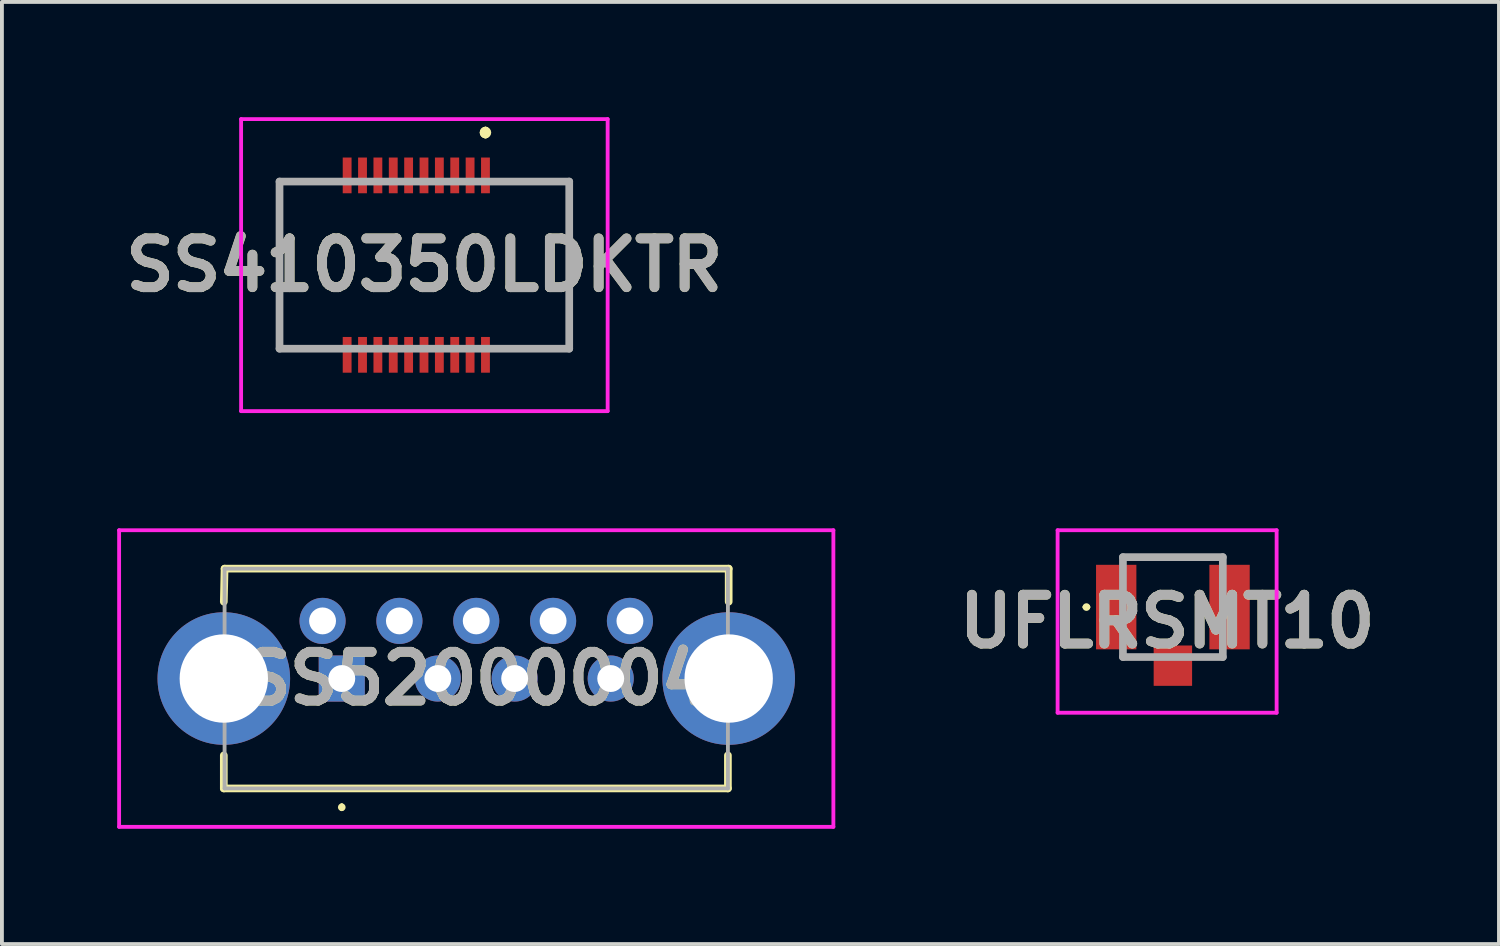
<source format=kicad_pcb>
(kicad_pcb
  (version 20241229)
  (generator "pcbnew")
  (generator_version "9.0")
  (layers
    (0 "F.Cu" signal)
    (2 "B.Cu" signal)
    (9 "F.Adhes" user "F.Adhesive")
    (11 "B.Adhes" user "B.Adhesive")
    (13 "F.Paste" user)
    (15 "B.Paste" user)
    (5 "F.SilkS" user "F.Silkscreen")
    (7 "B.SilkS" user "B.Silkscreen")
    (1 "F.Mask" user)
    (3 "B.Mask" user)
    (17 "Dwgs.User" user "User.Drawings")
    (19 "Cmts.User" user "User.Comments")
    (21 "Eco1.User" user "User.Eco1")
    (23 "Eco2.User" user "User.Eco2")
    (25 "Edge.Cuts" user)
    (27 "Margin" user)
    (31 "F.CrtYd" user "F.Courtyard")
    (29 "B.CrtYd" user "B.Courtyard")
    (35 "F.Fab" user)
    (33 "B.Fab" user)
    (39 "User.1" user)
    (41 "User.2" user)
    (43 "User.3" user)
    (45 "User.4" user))
  (footprint "SS410350LDKTR"
    (layer "F.Cu")
    (at 7.785 3.85)
    (property "Reference" "SS410350LDKTR" (at 0.21 0 0) (layer "F.SilkS") (effects (font (size 1.27 1.27) (thickness 0.254))))
    (attr smd)
    (fp_line (start -3.56 -2.175) (end -3.56 2.175) (stroke (width 0.1) (type solid)) (layer "F.SilkS"))
    (fp_line (start -3.56 2.175) (end -2.2 2.175) (stroke (width 0.1) (type solid)) (layer "F.SilkS"))
    (fp_line (start -2.2 -2.175) (end -3.56 -2.175) (stroke (width 0.1) (type solid)) (layer "F.SilkS"))
    (fp_line (start 1.8 -3.5) (end 1.8 -3.5) (stroke (width 0.2) (type solid)) (layer "F.SilkS"))
    (fp_line (start 1.8 -3.5) (end 1.8 -3.5) (stroke (width 0.2) (type solid)) (layer "F.SilkS"))
    (fp_line (start 1.8 -3.4) (end 1.8 -3.4) (stroke (width 0.2) (type solid)) (layer "F.SilkS"))
    (fp_line (start 2.2 -2.175) (end 3.98 -2.175) (stroke (width 0.1) (type solid)) (layer "F.SilkS"))
    (fp_line (start 3.98 -2.175) (end 3.98 2.175) (stroke (width 0.1) (type solid)) (layer "F.SilkS"))
    (fp_line (start 3.98 2.175) (end 2.2 2.175) (stroke (width 0.1) (type solid)) (layer "F.SilkS"))
    (fp_arc (start 1.8 -3.5) (mid 1.85 -3.45) (end 1.8 -3.4) (stroke (width 0.2) (type solid)) (layer "F.SilkS"))
    (fp_arc (start 1.8 -3.4) (mid 1.75 -3.45) (end 1.8 -3.5) (stroke (width 0.2) (type solid)) (layer "F.SilkS"))
    (fp_arc (start 1.8 -3.4) (mid 1.75 -3.45) (end 1.8 -3.5) (stroke (width 0.2) (type solid)) (layer "F.SilkS"))
    (fp_line (start -4.56 -3.8) (end 4.98 -3.8) (stroke (width 0.1) (type solid)) (layer "F.CrtYd"))
    (fp_line (start -4.56 3.8) (end -4.56 -3.8) (stroke (width 0.1) (type solid)) (layer "F.CrtYd"))
    (fp_line (start 4.98 -3.8) (end 4.98 3.8) (stroke (width 0.1) (type solid)) (layer "F.CrtYd"))
    (fp_line (start 4.98 3.8) (end -4.56 3.8) (stroke (width 0.1) (type solid)) (layer "F.CrtYd"))
    (fp_line (start -3.56 -2.175) (end -3.56 2.175) (stroke (width 0.2) (type solid)) (layer "F.Fab"))
    (fp_line (start -3.56 2.175) (end 3.98 2.175) (stroke (width 0.2) (type solid)) (layer "F.Fab"))
    (fp_line (start 3.98 -2.175) (end -3.56 -2.175) (stroke (width 0.2) (type solid)) (layer "F.Fab"))
    (fp_line (start 3.98 2.175) (end 3.98 -2.175) (stroke (width 0.2) (type solid)) (layer "F.Fab"))
    (fp_text user "${REFERENCE}" (at 0.21 0 0) (layer "F.Fab") (effects (font (size 1.27 1.27) (thickness 0.254))))
    (pad "1" smd rect (at 1.8 -2.335) (size 0.23 0.93) (layers "F.Cu" "F.Mask" "F.Paste"))
    (pad "2" smd rect (at 1.8 2.335) (size 0.23 0.93) (layers "F.Cu" "F.Mask" "F.Paste"))
    (pad "3" smd rect (at 1.4 -2.335) (size 0.23 0.93) (layers "F.Cu" "F.Mask" "F.Paste"))
    (pad "4" smd rect (at 1.4 2.335) (size 0.23 0.93) (layers "F.Cu" "F.Mask" "F.Paste"))
    (pad "5" smd rect (at 1 -2.335) (size 0.23 0.93) (layers "F.Cu" "F.Mask" "F.Paste"))
    (pad "6" smd rect (at 1 2.335) (size 0.23 0.93) (layers "F.Cu" "F.Mask" "F.Paste"))
    (pad "7" smd rect (at 0.6 -2.335) (size 0.23 0.93) (layers "F.Cu" "F.Mask" "F.Paste"))
    (pad "8" smd rect (at 0.6 2.335) (size 0.23 0.93) (layers "F.Cu" "F.Mask" "F.Paste"))
    (pad "9" smd rect (at 0.2 -2.335) (size 0.23 0.93) (layers "F.Cu" "F.Mask" "F.Paste"))
    (pad "10" smd rect (at 0.2 2.335) (size 0.23 0.93) (layers "F.Cu" "F.Mask" "F.Paste"))
    (pad "11" smd rect (at -0.2 -2.335) (size 0.23 0.93) (layers "F.Cu" "F.Mask" "F.Paste"))
    (pad "12" smd rect (at -0.2 2.335) (size 0.23 0.93) (layers "F.Cu" "F.Mask" "F.Paste"))
    (pad "13" smd rect (at -0.6 -2.335) (size 0.23 0.93) (layers "F.Cu" "F.Mask" "F.Paste"))
    (pad "14" smd rect (at -0.6 2.335) (size 0.23 0.93) (layers "F.Cu" "F.Mask" "F.Paste"))
    (pad "15" smd rect (at -1 -2.335) (size 0.23 0.93) (layers "F.Cu" "F.Mask" "F.Paste"))
    (pad "16" smd rect (at -1 2.335) (size 0.23 0.93) (layers "F.Cu" "F.Mask" "F.Paste"))
    (pad "17" smd rect (at -1.4 -2.335) (size 0.23 0.93) (layers "F.Cu" "F.Mask" "F.Paste"))
    (pad "18" smd rect (at -1.4 2.335) (size 0.23 0.93) (layers "F.Cu" "F.Mask" "F.Paste"))
    (pad "19" smd rect (at -1.8 -2.335) (size 0.23 0.93) (layers "F.Cu" "F.Mask" "F.Paste"))
    (pad "20" smd rect (at -1.8 2.335) (size 0.23 0.93) (layers "F.Cu" "F.Mask" "F.Paste")))
  (footprint "SS52000004"
    (layer "F.Cu")
    (at 5.845 14.61)
    (property "Reference" "SS52000004" (at 3.5 0 0) (layer "F.SilkS") (effects (font (size 1.27 1.27) (thickness 0.254))))
    (attr through_hole)
    (fp_line (start -3.07 2) (end -3.07 2.86) (stroke (width 0.2) (type solid)) (layer "F.SilkS"))
    (fp_line (start -3.07 2.86) (end 10.05 2.86) (stroke (width 0.2) (type solid)) (layer "F.SilkS"))
    (fp_line (start -3.05 -2.86) (end -3.07 -2) (stroke (width 0.2) (type solid)) (layer "F.SilkS"))
    (fp_line (start 0 3.3) (end 0 3.3) (stroke (width 0.1) (type solid)) (layer "F.SilkS"))
    (fp_line (start 0 3.4) (end 0 3.4) (stroke (width 0.1) (type solid)) (layer "F.SilkS"))
    (fp_line (start 10.05 2.86) (end 10.05 2) (stroke (width 0.2) (type solid)) (layer "F.SilkS"))
    (fp_line (start 10.07 -2.86) (end -3.05 -2.86) (stroke (width 0.2) (type solid)) (layer "F.SilkS"))
    (fp_line (start 10.07 -2) (end 10.07 -2.86) (stroke (width 0.2) (type solid)) (layer "F.SilkS"))
    (fp_arc (start 0 3.3) (mid 0.05 3.35) (end 0 3.4) (stroke (width 0.1) (type solid)) (layer "F.SilkS"))
    (fp_arc (start 0 3.4) (mid -0.05 3.35) (end 0 3.3) (stroke (width 0.1) (type solid)) (layer "F.SilkS"))
    (fp_line (start -5.795 -3.86) (end 12.795 -3.86) (stroke (width 0.1) (type solid)) (layer "F.CrtYd"))
    (fp_line (start -5.795 3.86) (end -5.795 -3.86) (stroke (width 0.1) (type solid)) (layer "F.CrtYd"))
    (fp_line (start 12.795 -3.86) (end 12.795 3.86) (stroke (width 0.1) (type solid)) (layer "F.CrtYd"))
    (fp_line (start 12.795 3.86) (end -5.795 3.86) (stroke (width 0.1) (type solid)) (layer "F.CrtYd"))
    (fp_line (start -3.05 -2.86) (end 10.05 -2.86) (stroke (width 0.1) (type solid)) (layer "F.Fab"))
    (fp_line (start -3.05 2.86) (end -3.05 -2.86) (stroke (width 0.1) (type solid)) (layer "F.Fab"))
    (fp_line (start 10.05 -2.86) (end 10.05 2.86) (stroke (width 0.1) (type solid)) (layer "F.Fab"))
    (fp_line (start 10.05 2.86) (end -3.05 2.86) (stroke (width 0.1) (type solid)) (layer "F.Fab"))
    (fp_text user "${REFERENCE}" (at 3.5 0 0) (layer "F.Fab") (effects (font (size 1.27 1.27) (thickness 0.254))))
    (pad "1" thru_hole rect (at 0 0) (size 1.2 1.2) (drill 0.7) (layers "*.Cu" "*.Mask"))
    (pad "2" thru_hole circle (at 2.5 0) (size 1.2 1.2) (drill 0.7) (layers "*.Cu" "*.Mask"))
    (pad "3" thru_hole circle (at 4.5 0) (size 1.2 1.2) (drill 0.7) (layers "*.Cu" "*.Mask"))
    (pad "4" thru_hole circle (at 7 0) (size 1.2 1.2) (drill 0.7) (layers "*.Cu" "*.Mask"))
    (pad "5" thru_hole circle (at 7.5 -1.5) (size 1.2 1.2) (drill 0.7) (layers "*.Cu" "*.Mask"))
    (pad "6" thru_hole circle (at 5.5 -1.5) (size 1.2 1.2) (drill 0.7) (layers "*.Cu" "*.Mask"))
    (pad "7" thru_hole circle (at 3.5 -1.5) (size 1.2 1.2) (drill 0.7) (layers "*.Cu" "*.Mask"))
    (pad "8" thru_hole circle (at 1.5 -1.5) (size 1.2 1.2) (drill 0.7) (layers "*.Cu" "*.Mask"))
    (pad "9" thru_hole circle (at -0.5 -1.5) (size 1.2 1.2) (drill 0.7) (layers "*.Cu" "*.Mask"))
    (pad "MH1" thru_hole circle (at -3.07 0) (size 3.45 3.45) (drill 2.3) (layers "*.Cu" "*.Mask"))
    (pad "MH2" thru_hole circle (at 10.07 0) (size 3.45 3.45) (drill 2.3) (layers "*.Cu" "*.Mask")))
  (footprint "UFLRSMT10"
    (layer "F.Cu")
    (at 27.476 12.75)
    (property "Reference" "UFLRSMT10" (at -0.15 0.375 0) (layer "F.SilkS") (effects (font (size 1.27 1.27) (thickness 0.254))))
    (attr smd)
    (fp_line (start -2.3 0) (end -2.3 0) (stroke (width 0.1) (type solid)) (layer "F.SilkS"))
    (fp_line (start -2.2 0) (end -2.2 0) (stroke (width 0.1) (type solid)) (layer "F.SilkS"))
    (fp_line (start -1 -1.3) (end 0.952 -1.3) (stroke (width 0.1) (type solid)) (layer "F.SilkS"))
    (fp_line (start -0.943 1.3) (end -1.25 1.3) (stroke (width 0.1) (type solid)) (layer "F.SilkS"))
    (fp_line (start 0.75 1.3) (end 0.952 1.3) (stroke (width 0.1) (type solid)) (layer "F.SilkS"))
    (fp_arc (start -2.3 0) (mid -2.25 -0.05) (end -2.2 0) (stroke (width 0.1) (type solid)) (layer "F.SilkS"))
    (fp_arc (start -2.2 0) (mid -2.25 0.05) (end -2.3 0) (stroke (width 0.1) (type solid)) (layer "F.SilkS"))
    (fp_line (start -3 -2) (end 2.7 -2) (stroke (width 0.1) (type solid)) (layer "F.CrtYd"))
    (fp_line (start -3 2.75) (end -3 -2) (stroke (width 0.1) (type solid)) (layer "F.CrtYd"))
    (fp_line (start 2.7 -2) (end 2.7 2.75) (stroke (width 0.1) (type solid)) (layer "F.CrtYd"))
    (fp_line (start 2.7 2.75) (end -3 2.75) (stroke (width 0.1) (type solid)) (layer "F.CrtYd"))
    (fp_line (start -1.3 -1.3) (end 1.3 -1.3) (stroke (width 0.2) (type solid)) (layer "F.Fab"))
    (fp_line (start -1.3 1.3) (end -1.3 -1.3) (stroke (width 0.2) (type solid)) (layer "F.Fab"))
    (fp_line (start 1.3 -1.3) (end 1.3 1.3) (stroke (width 0.2) (type solid)) (layer "F.Fab"))
    (fp_line (start 1.3 1.3) (end -1.3 1.3) (stroke (width 0.2) (type solid)) (layer "F.Fab"))
    (fp_text user "${REFERENCE}" (at -0.15 0.375 0) (layer "F.Fab") (effects (font (size 1.27 1.27) (thickness 0.254))))
    (pad "1" smd rect (at -1.475 0) (size 1.05 2.2) (layers "F.Cu" "F.Mask" "F.Paste"))
    (pad "2" smd rect (at 1.475 0) (size 1.05 2.2) (layers "F.Cu" "F.Mask" "F.Paste"))
    (pad "3" smd rect (at 0 1.525) (size 1 1.05) (layers "F.Cu" "F.Mask" "F.Paste")))
  (gr_rect
    (start -3 -3)
    (end 35.963 21.52)
    (stroke (width 0.1) (type default))
    (fill no)
    (layer "Edge.Cuts")))
</source>
